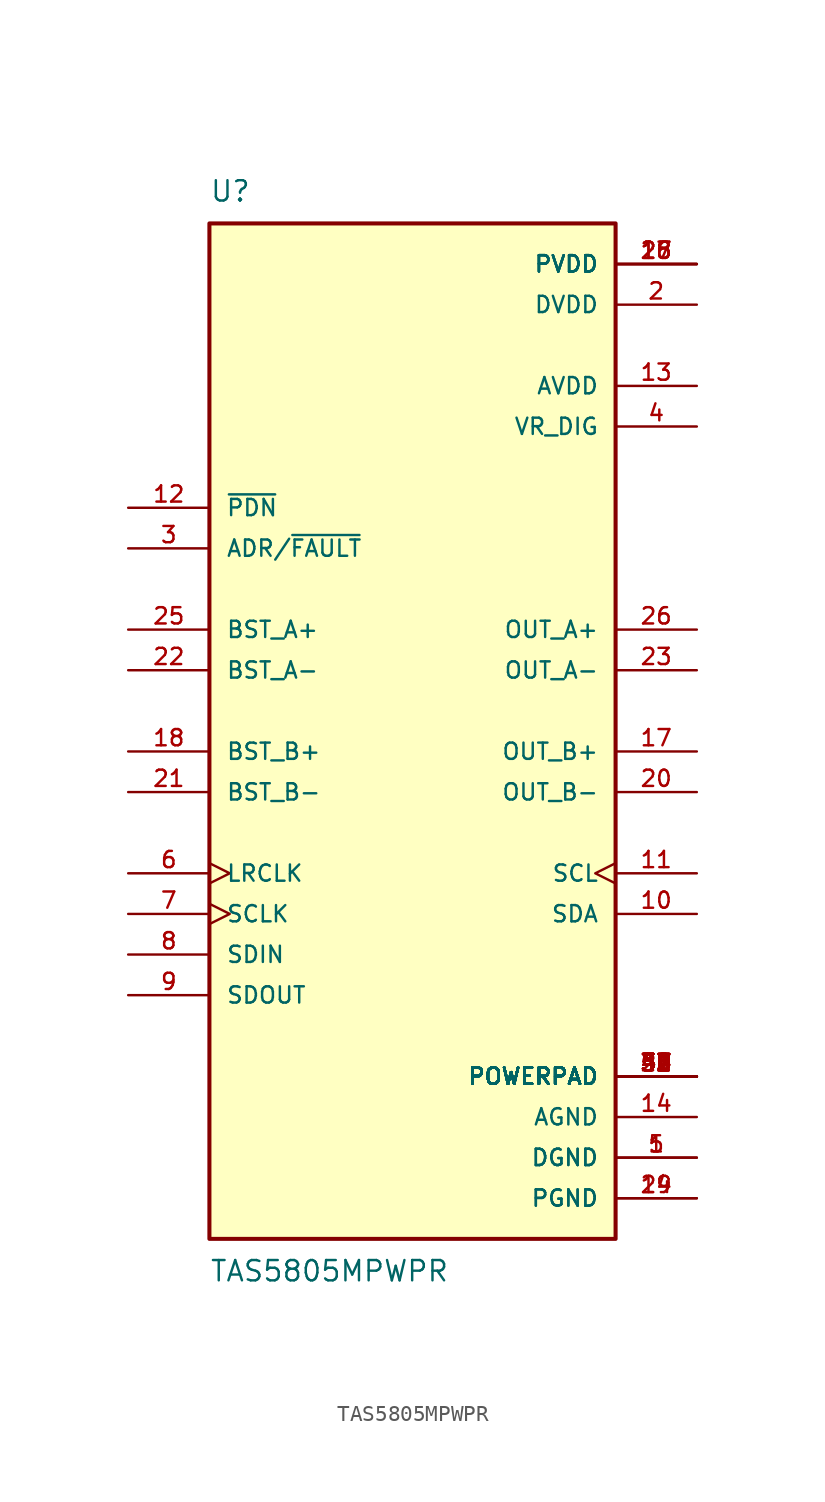
<source format=kicad_sym>
(kicad_symbol_lib
  (version 20211014)
  (generator kicad_symbol_editor)
  (symbol "TAS5805MPWPR"
    (pin_names
      (offset 1.016))
    (property "Reference" "U"
      (at -12.7 31.75 0.0)
      (effects (font (size 1.27 1.27)) (justify bottom left)))
    (property "Value" "TAS5805MPWPR"
      (at -12.7 -34.29 0.0)
      (effects (font (size 1.27 1.27)) (justify top left)))
    (symbol "TAS5805MPWPR_0_0"
      (rectangle (start -12.7 -33.02) (end 12.7 30.48) (stroke (width 0.254)) (fill (type background)))
      (pin input clock (at -17.78 -10.16 0) (length 5.08) (name "LRCLK" (effects (font (size 1.016 1.016)))) (number "6" (effects (font (size 1.016 1.016)))))
      (pin input line (at -17.78 12.7 0) (length 5.08) (name "~{PDN}" (effects (font (size 1.016 1.016)))) (number "12" (effects (font (size 1.016 1.016)))))
      (pin input clock (at 17.78 -10.16 180.0) (length 5.08) (name "SCL" (effects (font (size 1.016 1.016)))) (number "11" (effects (font (size 1.016 1.016)))))
      (pin input clock (at -17.78 -12.7 0) (length 5.08) (name "SCLK" (effects (font (size 1.016 1.016)))) (number "7" (effects (font (size 1.016 1.016)))))
      (pin input line (at -17.78 -15.24 0) (length 5.08) (name "SDIN" (effects (font (size 1.016 1.016)))) (number "8" (effects (font (size 1.016 1.016)))))
      (pin bidirectional line (at -17.78 10.16 0) (length 5.08) (name "ADR/~{FAULT}" (effects (font (size 1.016 1.016)))) (number "3" (effects (font (size 1.016 1.016)))))
      (pin bidirectional line (at 17.78 -12.7 180.0) (length 5.08) (name "SDA" (effects (font (size 1.016 1.016)))) (number "10" (effects (font (size 1.016 1.016)))))
      (pin power_in line (at 17.78 -25.4 180.0) (length 5.08) (name "AGND" (effects (font (size 1.016 1.016)))) (number "14" (effects (font (size 1.016 1.016)))))
      (pin power_in line (at 17.78 20.32 180.0) (length 5.08) (name "AVDD" (effects (font (size 1.016 1.016)))) (number "13" (effects (font (size 1.016 1.016)))))
      (pin input line (at -17.78 5.08 0) (length 5.08) (name "BST_A+" (effects (font (size 1.016 1.016)))) (number "25" (effects (font (size 1.016 1.016)))))
      (pin input line (at -17.78 2.54 0) (length 5.08) (name "BST_A-" (effects (font (size 1.016 1.016)))) (number "22" (effects (font (size 1.016 1.016)))))
      (pin input line (at -17.78 -2.54 0) (length 5.08) (name "BST_B+" (effects (font (size 1.016 1.016)))) (number "18" (effects (font (size 1.016 1.016)))))
      (pin input line (at -17.78 -5.08 0) (length 5.08) (name "BST_B-" (effects (font (size 1.016 1.016)))) (number "21" (effects (font (size 1.016 1.016)))))
      (pin power_in line (at 17.78 -27.94 180.0) (length 5.08) (name "DGND" (effects (font (size 1.016 1.016)))) (number "1" (effects (font (size 1.016 1.016)))))
      (pin power_in line (at 17.78 -27.94 180.0) (length 5.08) (name "DGND" (effects (font (size 1.016 1.016)))) (number "5" (effects (font (size 1.016 1.016)))))
      (pin power_in line (at 17.78 25.4 180.0) (length 5.08) (name "DVDD" (effects (font (size 1.016 1.016)))) (number "2" (effects (font (size 1.016 1.016)))))
      (pin power_in line (at 17.78 -30.48 180.0) (length 5.08) (name "PGND" (effects (font (size 1.016 1.016)))) (number "19" (effects (font (size 1.016 1.016)))))
      (pin power_in line (at 17.78 -30.48 180.0) (length 5.08) (name "PGND" (effects (font (size 1.016 1.016)))) (number "24" (effects (font (size 1.016 1.016)))))
      (pin passive line (at 17.78 -22.86 180.0) (length 5.08) (name "POWERPAD" (effects (font (size 1.016 1.016)))) (number "29" (effects (font (size 1.016 1.016)))))
      (pin passive line (at 17.78 -22.86 180.0) (length 5.08) (name "POWERPAD" (effects (font (size 1.016 1.016)))) (number "30" (effects (font (size 1.016 1.016)))))
      (pin passive line (at 17.78 -22.86 180.0) (length 5.08) (name "POWERPAD" (effects (font (size 1.016 1.016)))) (number "31" (effects (font (size 1.016 1.016)))))
      (pin passive line (at 17.78 -22.86 180.0) (length 5.08) (name "POWERPAD" (effects (font (size 1.016 1.016)))) (number "32" (effects (font (size 1.016 1.016)))))
      (pin passive line (at 17.78 -22.86 180.0) (length 5.08) (name "POWERPAD" (effects (font (size 1.016 1.016)))) (number "33" (effects (font (size 1.016 1.016)))))
      (pin passive line (at 17.78 -22.86 180.0) (length 5.08) (name "POWERPAD" (effects (font (size 1.016 1.016)))) (number "34" (effects (font (size 1.016 1.016)))))
      (pin passive line (at 17.78 -22.86 180.0) (length 5.08) (name "POWERPAD" (effects (font (size 1.016 1.016)))) (number "35" (effects (font (size 1.016 1.016)))))
      (pin passive line (at 17.78 -22.86 180.0) (length 5.08) (name "POWERPAD" (effects (font (size 1.016 1.016)))) (number "36" (effects (font (size 1.016 1.016)))))
      (pin passive line (at 17.78 -22.86 180.0) (length 5.08) (name "POWERPAD" (effects (font (size 1.016 1.016)))) (number "37" (effects (font (size 1.016 1.016)))))
      (pin passive line (at 17.78 -22.86 180.0) (length 5.08) (name "POWERPAD" (effects (font (size 1.016 1.016)))) (number "38" (effects (font (size 1.016 1.016)))))
      (pin passive line (at 17.78 -22.86 180.0) (length 5.08) (name "POWERPAD" (effects (font (size 1.016 1.016)))) (number "39" (effects (font (size 1.016 1.016)))))
      (pin passive line (at 17.78 -22.86 180.0) (length 5.08) (name "POWERPAD" (effects (font (size 1.016 1.016)))) (number "40" (effects (font (size 1.016 1.016)))))
      (pin passive line (at 17.78 -22.86 180.0) (length 5.08) (name "POWERPAD" (effects (font (size 1.016 1.016)))) (number "41" (effects (font (size 1.016 1.016)))))
      (pin passive line (at 17.78 -22.86 180.0) (length 5.08) (name "POWERPAD" (effects (font (size 1.016 1.016)))) (number "42" (effects (font (size 1.016 1.016)))))
      (pin passive line (at 17.78 -22.86 180.0) (length 5.08) (name "POWERPAD" (effects (font (size 1.016 1.016)))) (number "43" (effects (font (size 1.016 1.016)))))
      (pin passive line (at 17.78 -22.86 180.0) (length 5.08) (name "POWERPAD" (effects (font (size 1.016 1.016)))) (number "44" (effects (font (size 1.016 1.016)))))
      (pin passive line (at 17.78 -22.86 180.0) (length 5.08) (name "POWERPAD" (effects (font (size 1.016 1.016)))) (number "45" (effects (font (size 1.016 1.016)))))
      (pin passive line (at 17.78 -22.86 180.0) (length 5.08) (name "POWERPAD" (effects (font (size 1.016 1.016)))) (number "46" (effects (font (size 1.016 1.016)))))
      (pin passive line (at 17.78 -22.86 180.0) (length 5.08) (name "POWERPAD" (effects (font (size 1.016 1.016)))) (number "47" (effects (font (size 1.016 1.016)))))
      (pin passive line (at 17.78 -22.86 180.0) (length 5.08) (name "POWERPAD" (effects (font (size 1.016 1.016)))) (number "48" (effects (font (size 1.016 1.016)))))
      (pin passive line (at 17.78 -22.86 180.0) (length 5.08) (name "POWERPAD" (effects (font (size 1.016 1.016)))) (number "49" (effects (font (size 1.016 1.016)))))
      (pin passive line (at 17.78 -22.86 180.0) (length 5.08) (name "POWERPAD" (effects (font (size 1.016 1.016)))) (number "50" (effects (font (size 1.016 1.016)))))
      (pin passive line (at 17.78 -22.86 180.0) (length 5.08) (name "POWERPAD" (effects (font (size 1.016 1.016)))) (number "51" (effects (font (size 1.016 1.016)))))
      (pin passive line (at 17.78 -22.86 180.0) (length 5.08) (name "POWERPAD" (effects (font (size 1.016 1.016)))) (number "52" (effects (font (size 1.016 1.016)))))
      (pin passive line (at 17.78 -22.86 180.0) (length 5.08) (name "POWERPAD" (effects (font (size 1.016 1.016)))) (number "53" (effects (font (size 1.016 1.016)))))
      (pin power_in line (at 17.78 27.94 180.0) (length 5.08) (name "PVDD" (effects (font (size 1.016 1.016)))) (number "15" (effects (font (size 1.016 1.016)))))
      (pin power_in line (at 17.78 27.94 180.0) (length 5.08) (name "PVDD" (effects (font (size 1.016 1.016)))) (number "16" (effects (font (size 1.016 1.016)))))
      (pin power_in line (at 17.78 27.94 180.0) (length 5.08) (name "PVDD" (effects (font (size 1.016 1.016)))) (number "27" (effects (font (size 1.016 1.016)))))
      (pin power_in line (at 17.78 27.94 180.0) (length 5.08) (name "PVDD" (effects (font (size 1.016 1.016)))) (number "28" (effects (font (size 1.016 1.016)))))
      (pin power_in line (at 17.78 17.78 180.0) (length 5.08) (name "VR_DIG" (effects (font (size 1.016 1.016)))) (number "4" (effects (font (size 1.016 1.016)))))
      (pin output line (at 17.78 5.08 180.0) (length 5.08) (name "OUT_A+" (effects (font (size 1.016 1.016)))) (number "26" (effects (font (size 1.016 1.016)))))
      (pin output line (at 17.78 2.54 180.0) (length 5.08) (name "OUT_A-" (effects (font (size 1.016 1.016)))) (number "23" (effects (font (size 1.016 1.016)))))
      (pin output line (at 17.78 -2.54 180.0) (length 5.08) (name "OUT_B+" (effects (font (size 1.016 1.016)))) (number "17" (effects (font (size 1.016 1.016)))))
      (pin output line (at 17.78 -5.08 180.0) (length 5.08) (name "OUT_B-" (effects (font (size 1.016 1.016)))) (number "20" (effects (font (size 1.016 1.016)))))
      (pin output line (at -17.78 -17.78 0) (length 5.08) (name "SDOUT" (effects (font (size 1.016 1.016)))) (number "9" (effects (font (size 1.016 1.016))))))))
</source>
